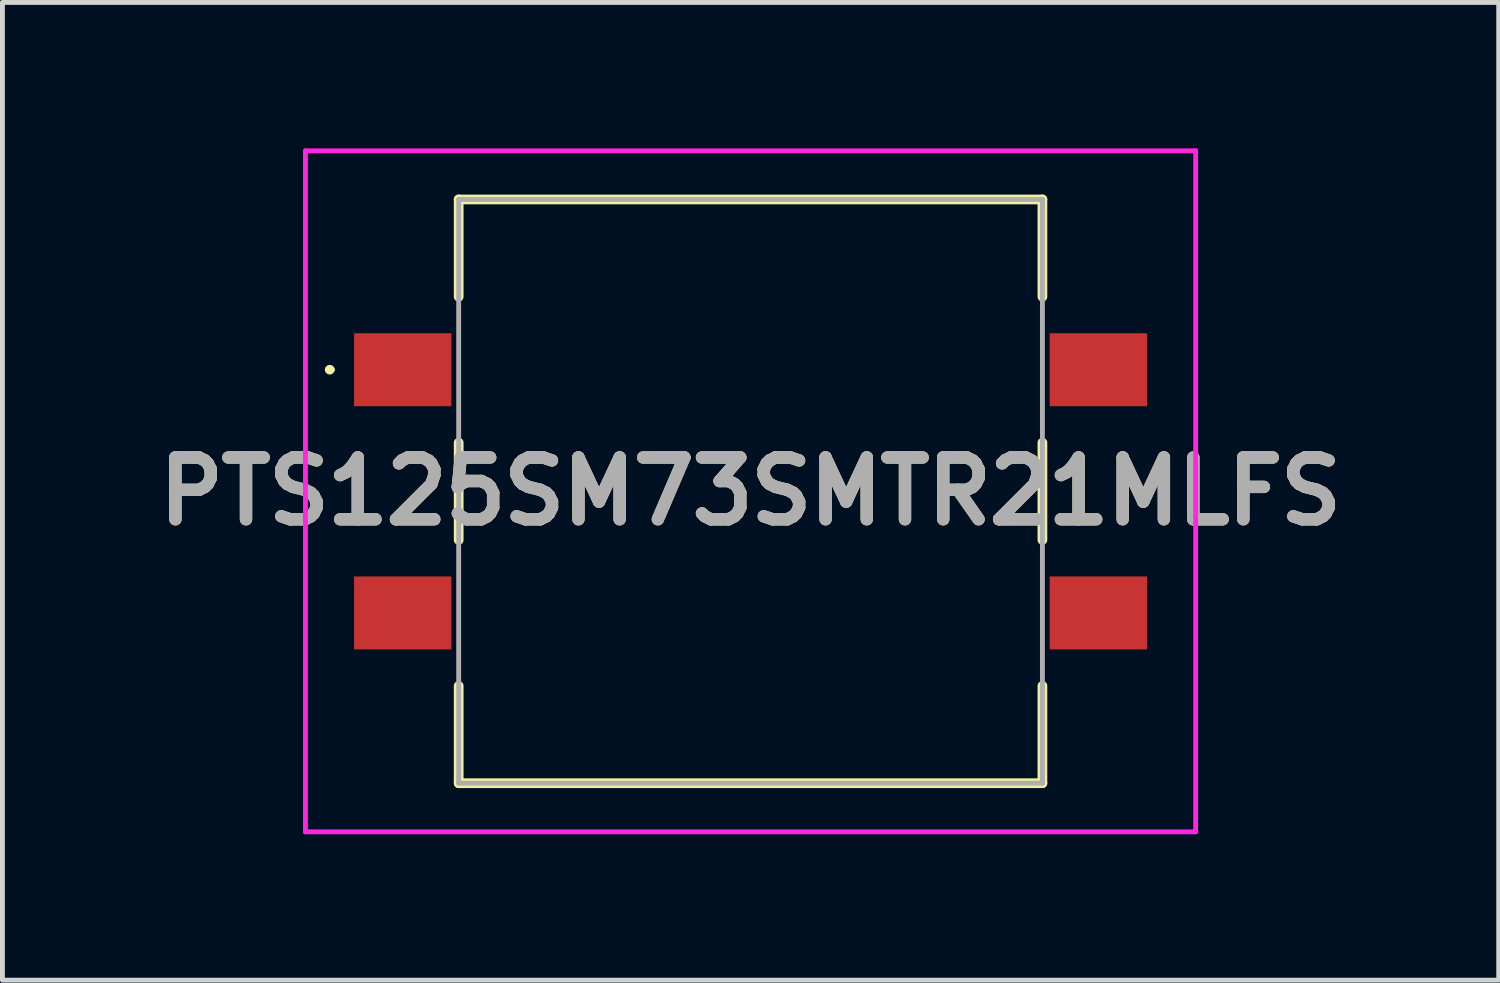
<source format=kicad_pcb>
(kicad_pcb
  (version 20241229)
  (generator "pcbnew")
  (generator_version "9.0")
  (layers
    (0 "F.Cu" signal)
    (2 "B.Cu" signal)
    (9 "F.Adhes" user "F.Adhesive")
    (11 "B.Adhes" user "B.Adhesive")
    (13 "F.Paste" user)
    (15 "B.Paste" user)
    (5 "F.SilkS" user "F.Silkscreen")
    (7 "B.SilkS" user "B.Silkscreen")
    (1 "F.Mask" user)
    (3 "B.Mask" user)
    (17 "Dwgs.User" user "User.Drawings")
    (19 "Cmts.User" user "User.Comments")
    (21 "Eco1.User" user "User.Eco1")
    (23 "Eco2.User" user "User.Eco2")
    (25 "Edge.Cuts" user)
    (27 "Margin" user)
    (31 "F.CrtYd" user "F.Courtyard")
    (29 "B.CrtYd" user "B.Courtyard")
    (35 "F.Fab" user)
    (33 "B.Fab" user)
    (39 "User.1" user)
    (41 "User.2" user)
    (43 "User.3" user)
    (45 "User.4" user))
  (footprint "PTS125SM73SMTR21MLFS"
    (layer "F.Cu")
    (at 12.379 7.05)
    (property "Reference" "PTS125SM73SMTR21MLFS" (at 0 0 0) (layer "F.SilkS") (effects (font (size 1.27 1.27) (thickness 0.254))))
    (attr smd)
    (fp_line (start -8.7 -2.5) (end -8.7 -2.5) (stroke (width 0.1) (type solid)) (layer "F.SilkS"))
    (fp_line (start -8.6 -2.5) (end -8.6 -2.5) (stroke (width 0.1) (type solid)) (layer "F.SilkS"))
    (fp_line (start -6 -6) (end 6 -6) (stroke (width 0.2) (type solid)) (layer "F.SilkS"))
    (fp_line (start -6 -4) (end -6 -6) (stroke (width 0.2) (type solid)) (layer "F.SilkS"))
    (fp_line (start -6 1) (end -6 -1) (stroke (width 0.2) (type solid)) (layer "F.SilkS"))
    (fp_line (start -6 4) (end -6 6) (stroke (width 0.2) (type solid)) (layer "F.SilkS"))
    (fp_line (start -6 6) (end 6 6) (stroke (width 0.2) (type solid)) (layer "F.SilkS"))
    (fp_line (start 6 -6) (end 6 -4) (stroke (width 0.2) (type solid)) (layer "F.SilkS"))
    (fp_line (start 6 1) (end 6 -1) (stroke (width 0.2) (type solid)) (layer "F.SilkS"))
    (fp_line (start 6 6) (end 6 4) (stroke (width 0.2) (type solid)) (layer "F.SilkS"))
    (fp_arc (start -8.7 -2.5) (mid -8.65 -2.55) (end -8.6 -2.5) (stroke (width 0.1) (type solid)) (layer "F.SilkS"))
    (fp_arc (start -8.6 -2.5) (mid -8.65 -2.45) (end -8.7 -2.5) (stroke (width 0.1) (type solid)) (layer "F.SilkS"))
    (fp_line (start -9.15 -7) (end 9.15 -7) (stroke (width 0.1) (type solid)) (layer "F.CrtYd"))
    (fp_line (start -9.15 7) (end -9.15 -7) (stroke (width 0.1) (type solid)) (layer "F.CrtYd"))
    (fp_line (start 9.15 -7) (end 9.15 7) (stroke (width 0.1) (type solid)) (layer "F.CrtYd"))
    (fp_line (start 9.15 7) (end -9.15 7) (stroke (width 0.1) (type solid)) (layer "F.CrtYd"))
    (fp_line (start -6 -6) (end 6 -6) (stroke (width 0.1) (type solid)) (layer "F.Fab"))
    (fp_line (start -6 6) (end -6 -6) (stroke (width 0.1) (type solid)) (layer "F.Fab"))
    (fp_line (start 6 -6) (end 6 6) (stroke (width 0.1) (type solid)) (layer "F.Fab"))
    (fp_line (start 6 6) (end -6 6) (stroke (width 0.1) (type solid)) (layer "F.Fab"))
    (fp_text user "${REFERENCE}" (at 0 0 0) (layer "F.Fab") (effects (font (size 1.27 1.27) (thickness 0.254))))
    (pad "1" smd rect (at -7.15 -2.5 90) (size 1.5 2) (layers "F.Cu" "F.Mask" "F.Paste"))
    (pad "2" smd rect (at 7.15 -2.5 90) (size 1.5 2) (layers "F.Cu" "F.Mask" "F.Paste"))
    (pad "3" smd rect (at -7.15 2.5 90) (size 1.5 2) (layers "F.Cu" "F.Mask" "F.Paste"))
    (pad "4" smd rect (at 7.15 2.5 90) (size 1.5 2) (layers "F.Cu" "F.Mask" "F.Paste")))
  (gr_rect
    (start -3 -3)
    (end 27.759 17.1)
    (stroke (width 0.1) (type default))
    (fill no)
    (layer "Edge.Cuts")))
</source>
